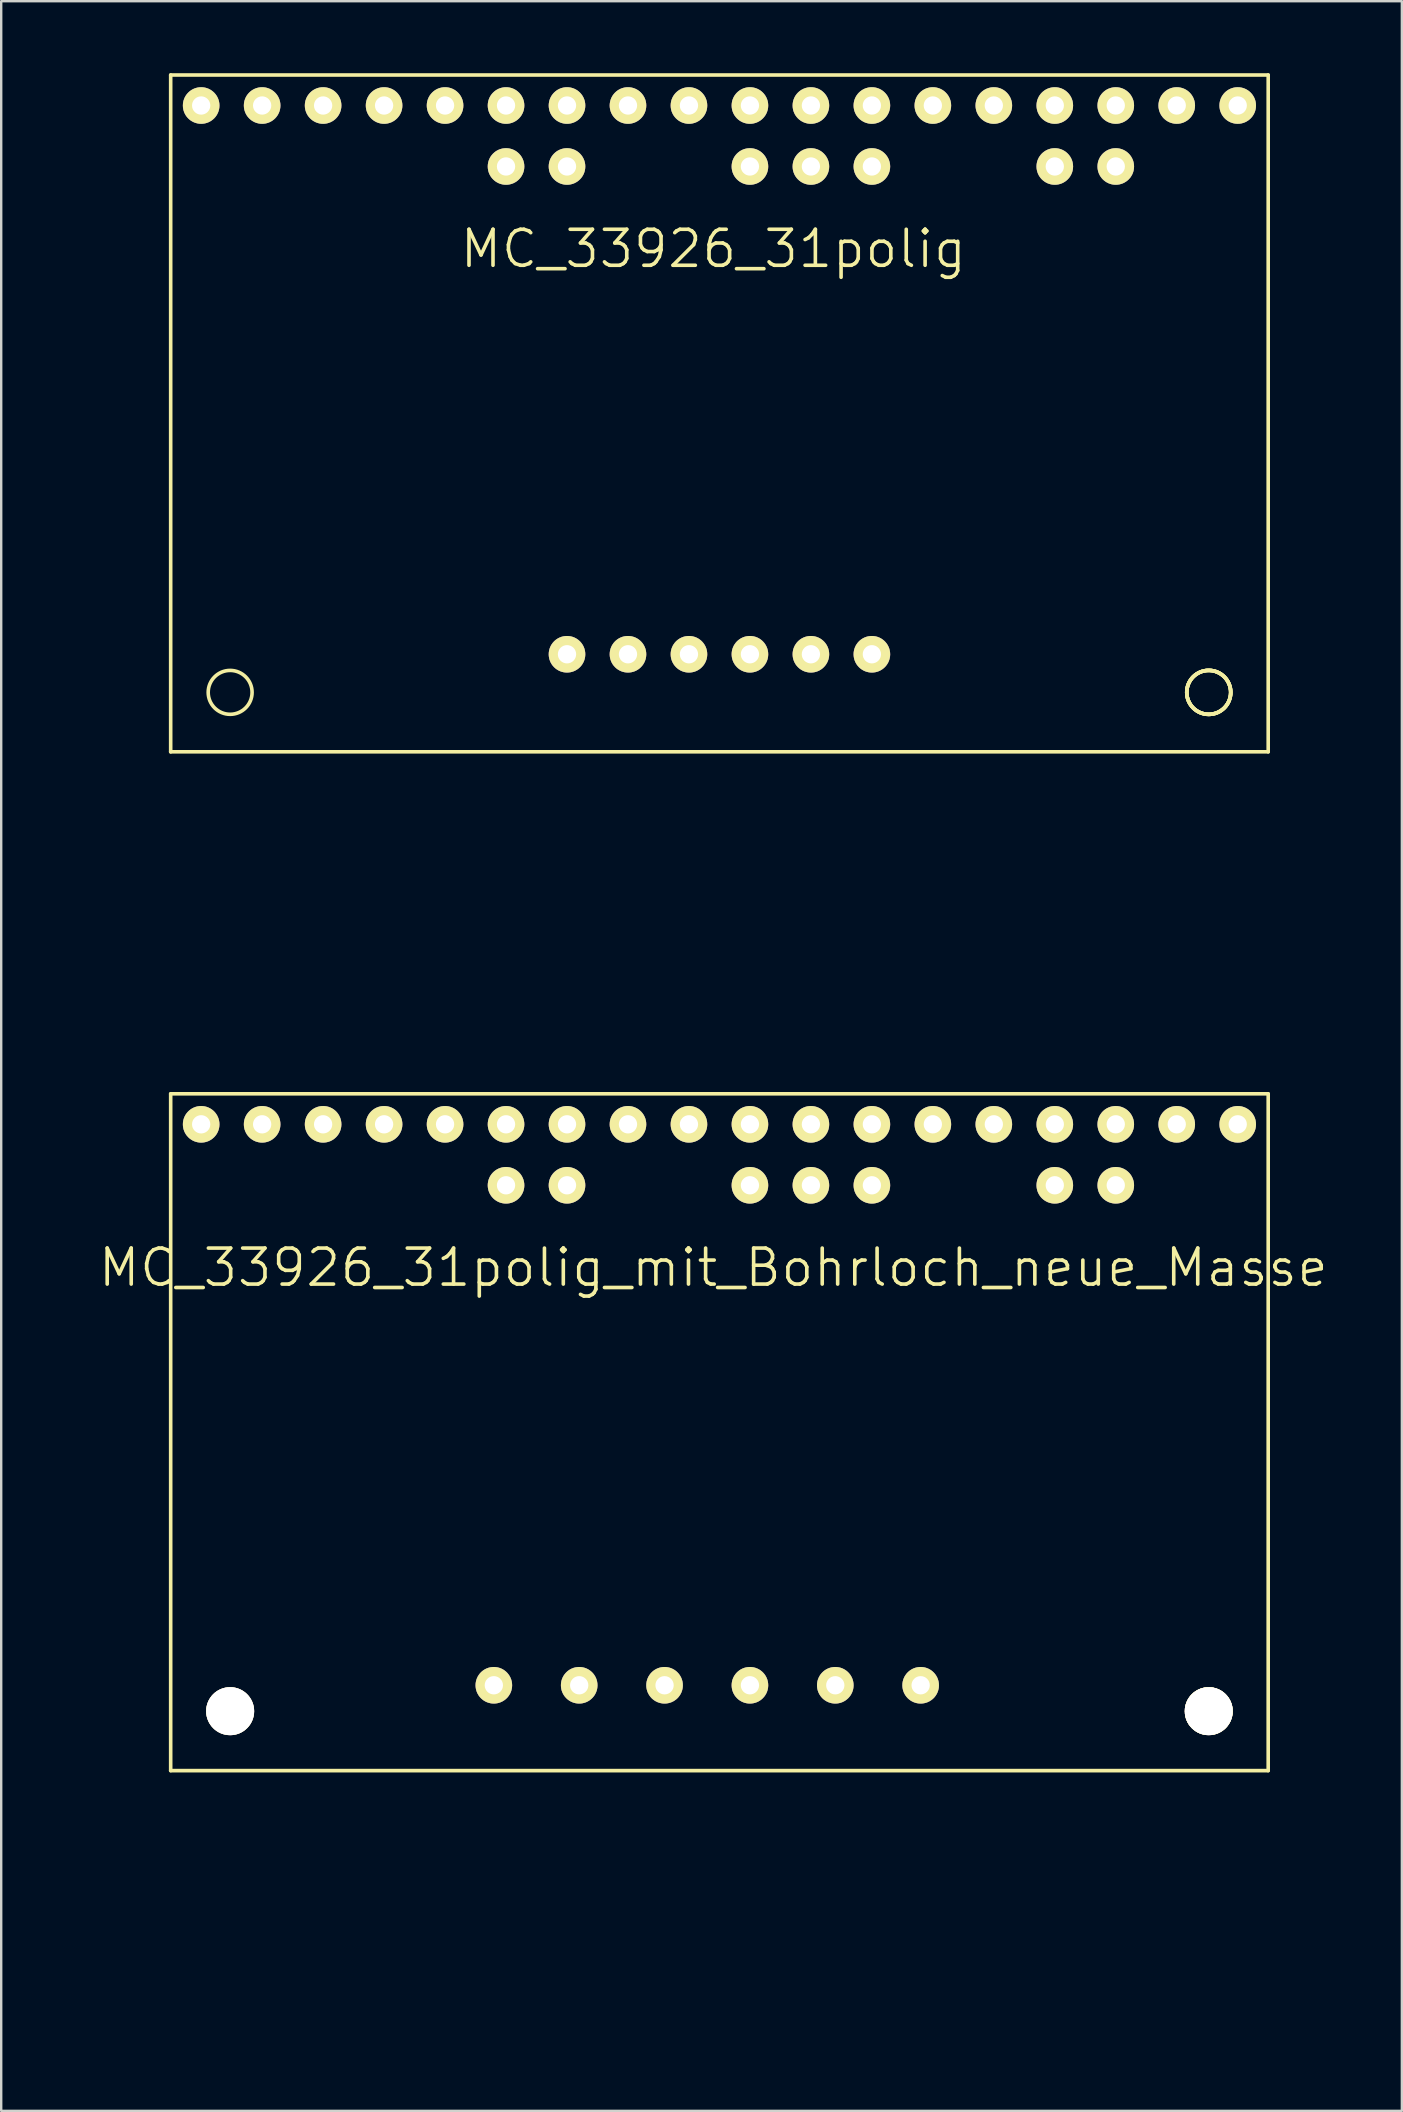
<source format=kicad_pcb>
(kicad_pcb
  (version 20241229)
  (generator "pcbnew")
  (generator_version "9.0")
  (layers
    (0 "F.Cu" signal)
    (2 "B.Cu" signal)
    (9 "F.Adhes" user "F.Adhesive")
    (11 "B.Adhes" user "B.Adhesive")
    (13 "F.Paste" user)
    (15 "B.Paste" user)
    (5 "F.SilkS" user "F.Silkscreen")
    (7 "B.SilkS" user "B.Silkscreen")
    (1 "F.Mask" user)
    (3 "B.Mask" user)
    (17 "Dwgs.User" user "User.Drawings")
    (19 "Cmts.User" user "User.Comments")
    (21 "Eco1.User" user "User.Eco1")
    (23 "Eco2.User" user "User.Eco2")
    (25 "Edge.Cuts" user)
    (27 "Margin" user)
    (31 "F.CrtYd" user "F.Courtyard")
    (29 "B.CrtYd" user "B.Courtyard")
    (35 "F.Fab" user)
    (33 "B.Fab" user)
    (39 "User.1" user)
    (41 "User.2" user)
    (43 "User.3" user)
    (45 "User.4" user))
  (footprint "MC_33926_31polig_mit_Bohrloch_neue_Masse"
    (layer "F.Cu")
    (at 0.25 81.632)
    (property "Reference" "MC_33926_31polig_mit_Bohrloch_neue_Masse" (at 26.416 -31.877 0) (layer "F.SilkS") (effects (font (size 1.5 1.5) (thickness 0.15))))
    (fp_line (start 3.81 -39.116) (end 49.53 -39.116) (stroke (width 0.15) (type solid)) (layer "F.SilkS"))
    (fp_line (start 3.81 -10.922) (end 3.81 -39.116) (stroke (width 0.15) (type solid)) (layer "F.SilkS"))
    (fp_line (start 49.53 -39.116) (end 49.53 -10.922) (stroke (width 0.15) (type solid)) (layer "F.SilkS"))
    (fp_line (start 49.53 -10.922) (end 3.81 -10.922) (stroke (width 0.15) (type solid)) (layer "F.SilkS"))
    (fp_circle (center 6.287 -13.399) (end 7.048 -13.906) (stroke (width 0.15) (type solid)) (fill no) (layer "F.SilkS"))
    (fp_circle (center 17.78 -35.306) (end 17.907 -35.052) (stroke (width 0.15) (type solid)) (fill no) (layer "F.SilkS"))
    (fp_circle (center 20.32 -35.306) (end 20.447 -35.052) (stroke (width 0.15) (type solid)) (fill no) (layer "F.SilkS"))
    (fp_circle (center 27.94 -35.306) (end 28.067 -35.052) (stroke (width 0.15) (type solid)) (fill no) (layer "F.SilkS"))
    (fp_circle (center 30.48 -35.306) (end 30.607 -35.052) (stroke (width 0.15) (type solid)) (fill no) (layer "F.SilkS"))
    (fp_circle (center 33.02 -35.306) (end 33.147 -35.052) (stroke (width 0.15) (type solid)) (fill no) (layer "F.SilkS"))
    (fp_circle (center 40.64 -35.306) (end 40.767 -35.052) (stroke (width 0.15) (type solid)) (fill no) (layer "F.SilkS"))
    (fp_circle (center 43.18 -35.306) (end 43.434 -35.179) (stroke (width 0.15) (type solid)) (fill no) (layer "F.SilkS"))
    (fp_circle (center 47.053 -13.399) (end 47.816 -13.906) (stroke (width 0.15) (type solid)) (fill no) (layer "F.SilkS"))
    (fp_circle (center 47.053 -13.399) (end 47.816 -13.906) (stroke (width 0.15) (type solid)) (fill no) (layer "F.SilkS"))
    (fp_circle (center 47.053 -13.399) (end 47.816 -13.906) (stroke (width 0.15) (type solid)) (fill no) (layer "F.SilkS"))
    (fp_circle (center 47.053 -13.399) (end 47.816 -13.906) (stroke (width 0.15) (type solid)) (fill no) (layer "F.SilkS"))
    (pad "1" thru_hole circle (at 5.08 -37.846) (size 1.524 1.524) (drill 0.762) (layers "*.Cu" "*.Mask" "F.SilkS"))
    (pad "2" thru_hole circle (at 7.62 -37.846) (size 1.524 1.524) (drill 0.762) (layers "*.Cu" "*.Mask" "F.SilkS"))
    (pad "3" thru_hole circle (at 10.16 -37.846) (size 1.524 1.524) (drill 0.762) (layers "*.Cu" "*.Mask" "F.SilkS"))
    (pad "4" thru_hole circle (at 12.7 -37.846) (size 1.524 1.524) (drill 0.762) (layers "*.Cu" "*.Mask" "F.SilkS"))
    (pad "5" thru_hole circle (at 15.24 -37.846) (size 1.524 1.524) (drill 0.762) (layers "*.Cu" "*.Mask" "F.SilkS"))
    (pad "6" thru_hole circle (at 17.78 -37.846) (size 1.524 1.524) (drill 0.762) (layers "*.Cu" "*.Mask" "F.SilkS"))
    (pad "7" thru_hole circle (at 20.32 -37.846) (size 1.524 1.524) (drill 0.762) (layers "*.Cu" "*.Mask" "F.SilkS"))
    (pad "8" thru_hole circle (at 22.86 -37.846) (size 1.524 1.524) (drill 0.762) (layers "*.Cu" "*.Mask" "F.SilkS"))
    (pad "9" thru_hole circle (at 25.4 -37.846) (size 1.524 1.524) (drill 0.762) (layers "*.Cu" "*.Mask" "F.SilkS"))
    (pad "10" thru_hole circle (at 27.94 -37.846) (size 1.524 1.524) (drill 0.762) (layers "*.Cu" "*.Mask" "F.SilkS"))
    (pad "11" thru_hole circle (at 30.48 -37.846) (size 1.524 1.524) (drill 0.762) (layers "*.Cu" "*.Mask" "F.SilkS"))
    (pad "12" thru_hole circle (at 33.02 -37.846) (size 1.524 1.524) (drill 0.762) (layers "*.Cu" "*.Mask" "F.SilkS"))
    (pad "13" thru_hole circle (at 35.56 -37.846) (size 1.524 1.524) (drill 0.762) (layers "*.Cu" "*.Mask" "F.SilkS"))
    (pad "14" thru_hole circle (at 38.1 -37.846) (size 1.524 1.524) (drill 0.762) (layers "*.Cu" "*.Mask" "F.SilkS"))
    (pad "15" thru_hole circle (at 40.64 -37.846) (size 1.524 1.524) (drill 0.762) (layers "*.Cu" "*.Mask" "F.SilkS"))
    (pad "16" thru_hole circle (at 43.18 -37.846) (size 1.524 1.524) (drill 0.762) (layers "*.Cu" "*.Mask" "F.SilkS"))
    (pad "17" thru_hole circle (at 45.72 -37.846) (size 1.524 1.524) (drill 0.762) (layers "*.Cu" "*.Mask" "F.SilkS"))
    (pad "18" thru_hole circle (at 48.26 -37.846) (size 1.524 1.524) (drill 0.762) (layers "*.Cu" "*.Mask" "F.SilkS"))
    (pad "19" thru_hole circle (at 17.272 -14.478) (size 1.524 1.524) (drill 0.762) (layers "*.Cu" "*.Mask" "F.SilkS"))
    (pad "20" thru_hole circle (at 20.828 -14.478) (size 1.524 1.524) (drill 0.762) (layers "*.Cu" "*.Mask" "F.SilkS"))
    (pad "21" thru_hole circle (at 24.384 -14.478) (size 1.524 1.524) (drill 0.762) (layers "*.Cu" "*.Mask" "F.SilkS"))
    (pad "22" thru_hole circle (at 27.94 -14.478) (size 1.524 1.524) (drill 0.762) (layers "*.Cu" "*.Mask" "F.SilkS"))
    (pad "23" thru_hole circle (at 31.496 -14.478) (size 1.524 1.524) (drill 0.762) (layers "*.Cu" "*.Mask" "F.SilkS"))
    (pad "24" thru_hole circle (at 35.052 -14.478) (size 1.524 1.524) (drill 0.762) (layers "*.Cu" "*.Mask" "F.SilkS"))
    (pad "25" thru_hole circle (at 17.78 -35.306) (size 1.524 1.524) (drill 0.762) (layers "*.Cu" "*.Mask" "F.SilkS"))
    (pad "26" thru_hole circle (at 20.32 -35.306) (size 1.524 1.524) (drill 0.762) (layers "*.Cu" "*.Mask" "F.SilkS"))
    (pad "27" thru_hole circle (at 27.94 -35.306) (size 1.524 1.524) (drill 0.762) (layers "*.Cu" "*.Mask" "F.SilkS"))
    (pad "28" thru_hole circle (at 30.48 -35.306) (size 1.524 1.524) (drill 0.762) (layers "*.Cu" "*.Mask" "F.SilkS"))
    (pad "29" thru_hole circle (at 33.02 -35.306) (size 1.524 1.524) (drill 0.762) (layers "*.Cu" "*.Mask" "F.SilkS"))
    (pad "30" thru_hole circle (at 40.64 -35.306) (size 1.524 1.524) (drill 0.762) (layers "*.Cu" "*.Mask" "F.SilkS"))
    (pad "31" thru_hole circle (at 43.18 -35.306) (size 1.524 1.524) (drill 0.762) (layers "*.Cu" "*.Mask" "F.SilkS"))
    (pad "~" thru_hole circle (at 6.287 -13.399) (size 2 2) (drill 2) (layers "*.Cu" "*.Mask" "F.SilkS"))
    (pad "~" thru_hole circle (at 47.053 -13.399) (size 2 2) (drill 2) (layers "*.Cu" "*.Mask" "F.SilkS")))
  (footprint "MC_33926_31polig"
    (layer "F.Cu")
    (at 0.25 39.191)
    (property "Reference" "MC_33926_31polig" (at 26.416 -31.877 0) (layer "F.SilkS") (effects (font (size 1.5 1.5) (thickness 0.15))))
    (fp_line (start 3.81 -39.116) (end 49.53 -39.116) (stroke (width 0.15) (type solid)) (layer "F.SilkS"))
    (fp_line (start 3.81 -10.922) (end 3.81 -39.116) (stroke (width 0.15) (type solid)) (layer "F.SilkS"))
    (fp_line (start 49.53 -39.116) (end 49.53 -10.922) (stroke (width 0.15) (type solid)) (layer "F.SilkS"))
    (fp_line (start 49.53 -10.922) (end 3.81 -10.922) (stroke (width 0.15) (type solid)) (layer "F.SilkS"))
    (fp_circle (center 6.287 -13.399) (end 7.048 -13.906) (stroke (width 0.15) (type solid)) (fill no) (layer "F.SilkS"))
    (fp_circle (center 17.78 -35.306) (end 17.907 -35.052) (stroke (width 0.15) (type solid)) (fill no) (layer "F.SilkS"))
    (fp_circle (center 20.32 -35.306) (end 20.447 -35.052) (stroke (width 0.15) (type solid)) (fill no) (layer "F.SilkS"))
    (fp_circle (center 27.94 -35.306) (end 28.067 -35.052) (stroke (width 0.15) (type solid)) (fill no) (layer "F.SilkS"))
    (fp_circle (center 30.48 -35.306) (end 30.607 -35.052) (stroke (width 0.15) (type solid)) (fill no) (layer "F.SilkS"))
    (fp_circle (center 33.02 -35.306) (end 33.147 -35.052) (stroke (width 0.15) (type solid)) (fill no) (layer "F.SilkS"))
    (fp_circle (center 40.64 -35.306) (end 40.767 -35.052) (stroke (width 0.15) (type solid)) (fill no) (layer "F.SilkS"))
    (fp_circle (center 43.18 -35.306) (end 43.434 -35.179) (stroke (width 0.15) (type solid)) (fill no) (layer "F.SilkS"))
    (fp_circle (center 47.053 -13.399) (end 47.816 -13.906) (stroke (width 0.15) (type solid)) (fill no) (layer "F.SilkS"))
    (fp_circle (center 47.053 -13.399) (end 47.816 -13.906) (stroke (width 0.15) (type solid)) (fill no) (layer "F.SilkS"))
    (fp_circle (center 47.053 -13.399) (end 47.816 -13.906) (stroke (width 0.15) (type solid)) (fill no) (layer "F.SilkS"))
    (fp_circle (center 47.053 -13.399) (end 47.816 -13.906) (stroke (width 0.15) (type solid)) (fill no) (layer "F.SilkS"))
    (pad "1" thru_hole circle (at 5.08 -37.846) (size 1.524 1.524) (drill 0.762) (layers "*.Cu" "*.Mask" "F.SilkS"))
    (pad "2" thru_hole circle (at 7.62 -37.846) (size 1.524 1.524) (drill 0.762) (layers "*.Cu" "*.Mask" "F.SilkS"))
    (pad "3" thru_hole circle (at 10.16 -37.846) (size 1.524 1.524) (drill 0.762) (layers "*.Cu" "*.Mask" "F.SilkS"))
    (pad "4" thru_hole circle (at 12.7 -37.846) (size 1.524 1.524) (drill 0.762) (layers "*.Cu" "*.Mask" "F.SilkS"))
    (pad "5" thru_hole circle (at 15.24 -37.846) (size 1.524 1.524) (drill 0.762) (layers "*.Cu" "*.Mask" "F.SilkS"))
    (pad "6" thru_hole circle (at 17.78 -37.846) (size 1.524 1.524) (drill 0.762) (layers "*.Cu" "*.Mask" "F.SilkS"))
    (pad "7" thru_hole circle (at 20.32 -37.846) (size 1.524 1.524) (drill 0.762) (layers "*.Cu" "*.Mask" "F.SilkS"))
    (pad "8" thru_hole circle (at 22.86 -37.846) (size 1.524 1.524) (drill 0.762) (layers "*.Cu" "*.Mask" "F.SilkS"))
    (pad "9" thru_hole circle (at 25.4 -37.846) (size 1.524 1.524) (drill 0.762) (layers "*.Cu" "*.Mask" "F.SilkS"))
    (pad "10" thru_hole circle (at 27.94 -37.846) (size 1.524 1.524) (drill 0.762) (layers "*.Cu" "*.Mask" "F.SilkS"))
    (pad "11" thru_hole circle (at 30.48 -37.846) (size 1.524 1.524) (drill 0.762) (layers "*.Cu" "*.Mask" "F.SilkS"))
    (pad "12" thru_hole circle (at 33.02 -37.846) (size 1.524 1.524) (drill 0.762) (layers "*.Cu" "*.Mask" "F.SilkS"))
    (pad "13" thru_hole circle (at 35.56 -37.846) (size 1.524 1.524) (drill 0.762) (layers "*.Cu" "*.Mask" "F.SilkS"))
    (pad "14" thru_hole circle (at 38.1 -37.846) (size 1.524 1.524) (drill 0.762) (layers "*.Cu" "*.Mask" "F.SilkS"))
    (pad "15" thru_hole circle (at 40.64 -37.846) (size 1.524 1.524) (drill 0.762) (layers "*.Cu" "*.Mask" "F.SilkS"))
    (pad "16" thru_hole circle (at 43.18 -37.846) (size 1.524 1.524) (drill 0.762) (layers "*.Cu" "*.Mask" "F.SilkS"))
    (pad "17" thru_hole circle (at 45.72 -37.846) (size 1.524 1.524) (drill 0.762) (layers "*.Cu" "*.Mask" "F.SilkS"))
    (pad "18" thru_hole circle (at 48.26 -37.846) (size 1.524 1.524) (drill 0.762) (layers "*.Cu" "*.Mask" "F.SilkS"))
    (pad "19" thru_hole circle (at 20.32 -14.986) (size 1.524 1.524) (drill 0.762) (layers "*.Cu" "*.Mask" "F.SilkS"))
    (pad "20" thru_hole circle (at 22.86 -14.986) (size 1.524 1.524) (drill 0.762) (layers "*.Cu" "*.Mask" "F.SilkS"))
    (pad "21" thru_hole circle (at 25.4 -14.986) (size 1.524 1.524) (drill 0.762) (layers "*.Cu" "*.Mask" "F.SilkS"))
    (pad "22" thru_hole circle (at 27.94 -14.986) (size 1.524 1.524) (drill 0.762) (layers "*.Cu" "*.Mask" "F.SilkS"))
    (pad "23" thru_hole circle (at 30.48 -14.986) (size 1.524 1.524) (drill 0.762) (layers "*.Cu" "*.Mask" "F.SilkS"))
    (pad "24" thru_hole circle (at 33.02 -14.986) (size 1.524 1.524) (drill 0.762) (layers "*.Cu" "*.Mask" "F.SilkS"))
    (pad "25" thru_hole circle (at 17.78 -35.306) (size 1.524 1.524) (drill 0.762) (layers "*.Cu" "*.Mask" "F.SilkS"))
    (pad "26" thru_hole circle (at 20.32 -35.306) (size 1.524 1.524) (drill 0.762) (layers "*.Cu" "*.Mask" "F.SilkS"))
    (pad "27" thru_hole circle (at 27.94 -35.306) (size 1.524 1.524) (drill 0.762) (layers "*.Cu" "*.Mask" "F.SilkS"))
    (pad "28" thru_hole circle (at 30.48 -35.306) (size 1.524 1.524) (drill 0.762) (layers "*.Cu" "*.Mask" "F.SilkS"))
    (pad "29" thru_hole circle (at 33.02 -35.306) (size 1.524 1.524) (drill 0.762) (layers "*.Cu" "*.Mask" "F.SilkS"))
    (pad "30" thru_hole circle (at 40.64 -35.306) (size 1.524 1.524) (drill 0.762) (layers "*.Cu" "*.Mask" "F.SilkS"))
    (pad "31" thru_hole circle (at 43.18 -35.306) (size 1.524 1.524) (drill 0.762) (layers "*.Cu" "*.Mask" "F.SilkS")))
  (gr_rect
    (start -3 -3)
    (end 55.348 84.882)
    (stroke (width 0.1) (type default))
    (fill no)
    (layer "Edge.Cuts")))
</source>
